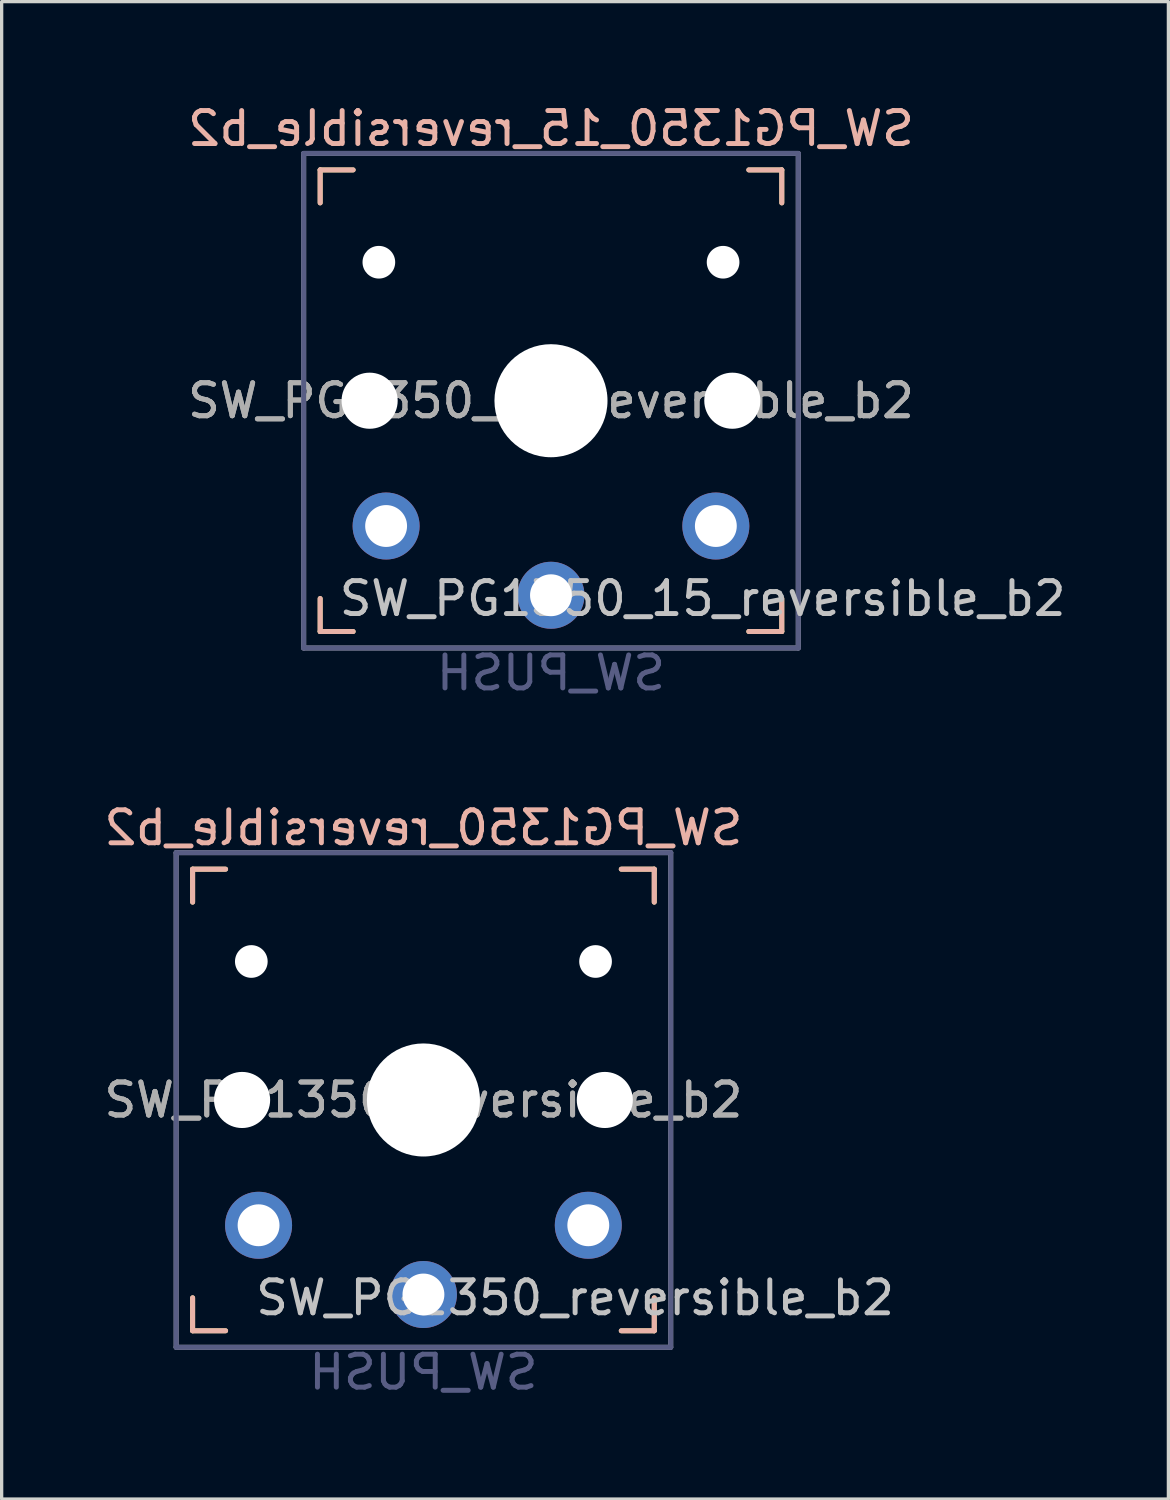
<source format=kicad_pcb>
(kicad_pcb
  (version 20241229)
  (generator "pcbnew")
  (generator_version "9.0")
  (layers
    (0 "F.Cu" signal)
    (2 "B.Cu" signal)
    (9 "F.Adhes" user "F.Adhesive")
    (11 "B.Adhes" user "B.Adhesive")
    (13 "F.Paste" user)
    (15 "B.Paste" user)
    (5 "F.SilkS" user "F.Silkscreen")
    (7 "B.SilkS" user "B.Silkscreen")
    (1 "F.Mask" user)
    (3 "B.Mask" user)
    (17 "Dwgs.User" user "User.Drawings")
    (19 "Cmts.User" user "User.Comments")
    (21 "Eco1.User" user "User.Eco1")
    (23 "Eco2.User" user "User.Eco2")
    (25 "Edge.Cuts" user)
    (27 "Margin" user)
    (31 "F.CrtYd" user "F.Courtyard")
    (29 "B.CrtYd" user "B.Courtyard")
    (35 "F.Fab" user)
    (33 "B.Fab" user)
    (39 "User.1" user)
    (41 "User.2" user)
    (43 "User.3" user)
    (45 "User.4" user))
  (footprint "SW_PG1350_15_reversible_b2"
    (layer "F.Cu")
    (at 13.66 9.103)
    (property "Reference" "SW_PG1350_15_reversible_b2" (at 4.6 6 0) (layer "Dwgs.User") (effects (font (size 1 1) (thickness 0.15))))
    (property "Value" "SW_PUSH" (at -0.5 6 0) (layer "Dwgs.User") (hide yes) (effects (font (size 1 1) (thickness 0.15))))
    (attr through_hole)
    (fp_line (start -7 -7) (end -6 -7) (stroke (width 0.15) (type solid)) (layer "F.SilkS"))
    (fp_line (start -7 -6) (end -7 -7) (stroke (width 0.15) (type solid)) (layer "F.SilkS"))
    (fp_line (start -7 7) (end -7 6) (stroke (width 0.15) (type solid)) (layer "F.SilkS"))
    (fp_line (start -6 7) (end -7 7) (stroke (width 0.15) (type solid)) (layer "F.SilkS"))
    (fp_line (start 6 -7) (end 7 -7) (stroke (width 0.15) (type solid)) (layer "F.SilkS"))
    (fp_line (start 7 -7) (end 7 -6) (stroke (width 0.15) (type solid)) (layer "F.SilkS"))
    (fp_line (start 7 6) (end 7 7) (stroke (width 0.15) (type solid)) (layer "F.SilkS"))
    (fp_line (start 7 7) (end 6 7) (stroke (width 0.15) (type solid)) (layer "F.SilkS"))
    (fp_line (start -7 -7) (end -6 -7) (stroke (width 0.15) (type solid)) (layer "B.SilkS"))
    (fp_line (start -7 -6) (end -7 -7) (stroke (width 0.15) (type solid)) (layer "B.SilkS"))
    (fp_line (start -7 7) (end -7 6) (stroke (width 0.15) (type solid)) (layer "B.SilkS"))
    (fp_line (start -6 7) (end -7 7) (stroke (width 0.15) (type solid)) (layer "B.SilkS"))
    (fp_line (start 6 -7) (end 7 -7) (stroke (width 0.15) (type solid)) (layer "B.SilkS"))
    (fp_line (start 7 -7) (end 7 -6) (stroke (width 0.15) (type solid)) (layer "B.SilkS"))
    (fp_line (start 7 6) (end 7 7) (stroke (width 0.15) (type solid)) (layer "B.SilkS"))
    (fp_line (start 7 7) (end 6 7) (stroke (width 0.15) (type solid)) (layer "B.SilkS"))
    (fp_line (start -13.6 -8.5) (end 13.4 -8.48) (stroke (width 0.12) (type solid)) (layer "Eco1.User"))
    (fp_line (start -13.6 8.53) (end -13.6 -8.5) (stroke (width 0.12) (type solid)) (layer "Eco1.User"))
    (fp_line (start -13.6 8.53) (end 13.39 8.54) (stroke (width 0.12) (type solid)) (layer "Eco1.User"))
    (fp_line (start 13.4 8.52) (end 13.4 -8.48) (stroke (width 0.12) (type solid)) (layer "Eco1.User"))
    (fp_line (start -6.9 6.9) (end -6.9 -6.9) (stroke (width 0.15) (type solid)) (layer "Eco2.User"))
    (fp_line (start -6.9 6.9) (end 6.9 6.9) (stroke (width 0.15) (type solid)) (layer "Eco2.User"))
    (fp_line (start -2.6 -3.1) (end -2.6 -6.3) (stroke (width 0.15) (type solid)) (layer "Eco2.User"))
    (fp_line (start -2.6 -3.1) (end 2.6 -3.1) (stroke (width 0.15) (type solid)) (layer "Eco2.User"))
    (fp_line (start 2.6 -6.3) (end -2.6 -6.3) (stroke (width 0.15) (type solid)) (layer "Eco2.User"))
    (fp_line (start 2.6 -3.1) (end 2.6 -6.3) (stroke (width 0.15) (type solid)) (layer "Eco2.User"))
    (fp_line (start 6.9 -6.9) (end -6.9 -6.9) (stroke (width 0.15) (type solid)) (layer "Eco2.User"))
    (fp_line (start 6.9 -6.9) (end 6.9 6.9) (stroke (width 0.15) (type solid)) (layer "Eco2.User"))
    (fp_line (start -7.5 -7.5) (end 7.5 -7.5) (stroke (width 0.15) (type solid)) (layer "B.Fab"))
    (fp_line (start -7.5 7.5) (end -7.5 -7.5) (stroke (width 0.15) (type solid)) (layer "B.Fab"))
    (fp_line (start 7.5 -7.5) (end 7.5 7.5) (stroke (width 0.15) (type solid)) (layer "B.Fab"))
    (fp_line (start 7.5 7.5) (end -7.5 7.5) (stroke (width 0.15) (type solid)) (layer "B.Fab"))
    (fp_line (start -7.5 -7.5) (end 7.5 -7.5) (stroke (width 0.15) (type solid)) (layer "F.Fab"))
    (fp_line (start -7.5 7.5) (end -7.5 -7.5) (stroke (width 0.15) (type solid)) (layer "F.Fab"))
    (fp_line (start 7.5 -7.5) (end 7.5 7.5) (stroke (width 0.15) (type solid)) (layer "F.Fab"))
    (fp_line (start 7.5 7.5) (end -7.5 7.5) (stroke (width 0.15) (type solid)) (layer "F.Fab"))
    (fp_text user "${REFERENCE}" (at 0 -8.255 0) (layer "B.SilkS") (effects (font (size 1 1) (thickness 0.15)) (justify mirror)))
    (fp_text user "${VALUE}" (at 0 8.255 0) (layer "B.Fab") (effects (font (size 1 1) (thickness 0.15)) (justify mirror)))
    (fp_text user "${REFERENCE}" (at 0 0 0) (layer "F.Fab") (effects (font (size 1 1) (thickness 0.15))))
    (fp_text user "${REFERENCE}" (at 0 0 0) (layer "F.Fab") (effects (font (size 1 1) (thickness 0.15))))
    (pad "" np_thru_hole circle (at -5.5 0) (size 1.702 1.702) (drill 1.702) (layers "*.Cu" "*.Mask"))
    (pad "" np_thru_hole circle (at -5.22 -4.2) (size 0.991 0.991) (drill 0.991) (layers "*.Cu" "*.Mask"))
    (pad "" np_thru_hole circle (at 0 0) (size 3.429 3.429) (drill 3.429) (layers "*.Cu" "*.Mask"))
    (pad "" np_thru_hole circle (at 5.22 -4.2) (size 0.991 0.991) (drill 0.991) (layers "*.Cu" "*.Mask"))
    (pad "" np_thru_hole circle (at 5.5 0) (size 1.702 1.702) (drill 1.702) (layers "*.Cu" "*.Mask"))
    (pad "1" thru_hole circle (at 0 5.9) (size 2.032 2.032) (drill 1.27) (layers "*.Cu" "*.Mask"))
    (pad "2" thru_hole circle (at -5 3.8) (size 2.032 2.032) (drill 1.27) (layers "*.Cu" "*.Mask"))
    (pad "2" thru_hole circle (at 5 3.8) (size 2.032 2.032) (drill 1.27) (layers "*.Cu" "*.Mask")))
  (footprint "SW_PG1350_reversible_b2"
    (layer "F.Cu")
    (at 9.792 30.31)
    (property "Reference" "SW_PG1350_reversible_b2" (at 4.6 6 0) (layer "Dwgs.User") (effects (font (size 1 1) (thickness 0.15))))
    (property "Value" "SW_PUSH" (at -0.5 6 0) (layer "Dwgs.User") (hide yes) (effects (font (size 1 1) (thickness 0.15))))
    (attr through_hole)
    (fp_line (start -7 -7) (end -6 -7) (stroke (width 0.15) (type solid)) (layer "F.SilkS"))
    (fp_line (start -7 -6) (end -7 -7) (stroke (width 0.15) (type solid)) (layer "F.SilkS"))
    (fp_line (start -7 7) (end -7 6) (stroke (width 0.15) (type solid)) (layer "F.SilkS"))
    (fp_line (start -6 7) (end -7 7) (stroke (width 0.15) (type solid)) (layer "F.SilkS"))
    (fp_line (start 6 -7) (end 7 -7) (stroke (width 0.15) (type solid)) (layer "F.SilkS"))
    (fp_line (start 7 -7) (end 7 -6) (stroke (width 0.15) (type solid)) (layer "F.SilkS"))
    (fp_line (start 7 6) (end 7 7) (stroke (width 0.15) (type solid)) (layer "F.SilkS"))
    (fp_line (start 7 7) (end 6 7) (stroke (width 0.15) (type solid)) (layer "F.SilkS"))
    (fp_line (start -7 -7) (end -6 -7) (stroke (width 0.15) (type solid)) (layer "B.SilkS"))
    (fp_line (start -7 -6) (end -7 -7) (stroke (width 0.15) (type solid)) (layer "B.SilkS"))
    (fp_line (start -7 7) (end -7 6) (stroke (width 0.15) (type solid)) (layer "B.SilkS"))
    (fp_line (start -6 7) (end -7 7) (stroke (width 0.15) (type solid)) (layer "B.SilkS"))
    (fp_line (start 6 -7) (end 7 -7) (stroke (width 0.15) (type solid)) (layer "B.SilkS"))
    (fp_line (start 7 -7) (end 7 -6) (stroke (width 0.15) (type solid)) (layer "B.SilkS"))
    (fp_line (start 7 6) (end 7 7) (stroke (width 0.15) (type solid)) (layer "B.SilkS"))
    (fp_line (start 7 7) (end 6 7) (stroke (width 0.15) (type solid)) (layer "B.SilkS"))
    (fp_line (start -9 -8.5) (end 9 -8.5) (stroke (width 0.12) (type solid)) (layer "Eco1.User"))
    (fp_line (start -9 8.5) (end -9 -8.5) (stroke (width 0.12) (type solid)) (layer "Eco1.User"))
    (fp_line (start -9 8.5) (end 9 8.5) (stroke (width 0.12) (type solid)) (layer "Eco1.User"))
    (fp_line (start 9 8.5) (end 9 -8.5) (stroke (width 0.12) (type solid)) (layer "Eco1.User"))
    (fp_line (start -6.9 6.9) (end -6.9 -6.9) (stroke (width 0.15) (type solid)) (layer "Eco2.User"))
    (fp_line (start -6.9 6.9) (end 6.9 6.9) (stroke (width 0.15) (type solid)) (layer "Eco2.User"))
    (fp_line (start -2.6 -3.1) (end -2.6 -6.3) (stroke (width 0.15) (type solid)) (layer "Eco2.User"))
    (fp_line (start -2.6 -3.1) (end 2.6 -3.1) (stroke (width 0.15) (type solid)) (layer "Eco2.User"))
    (fp_line (start 2.6 -6.3) (end -2.6 -6.3) (stroke (width 0.15) (type solid)) (layer "Eco2.User"))
    (fp_line (start 2.6 -3.1) (end 2.6 -6.3) (stroke (width 0.15) (type solid)) (layer "Eco2.User"))
    (fp_line (start 6.9 -6.9) (end -6.9 -6.9) (stroke (width 0.15) (type solid)) (layer "Eco2.User"))
    (fp_line (start 6.9 -6.9) (end 6.9 6.9) (stroke (width 0.15) (type solid)) (layer "Eco2.User"))
    (fp_line (start -7.5 -7.5) (end 7.5 -7.5) (stroke (width 0.15) (type solid)) (layer "B.Fab"))
    (fp_line (start -7.5 7.5) (end -7.5 -7.5) (stroke (width 0.15) (type solid)) (layer "B.Fab"))
    (fp_line (start 7.5 -7.5) (end 7.5 7.5) (stroke (width 0.15) (type solid)) (layer "B.Fab"))
    (fp_line (start 7.5 7.5) (end -7.5 7.5) (stroke (width 0.15) (type solid)) (layer "B.Fab"))
    (fp_line (start -7.5 -7.5) (end 7.5 -7.5) (stroke (width 0.15) (type solid)) (layer "F.Fab"))
    (fp_line (start -7.5 7.5) (end -7.5 -7.5) (stroke (width 0.15) (type solid)) (layer "F.Fab"))
    (fp_line (start 7.5 -7.5) (end 7.5 7.5) (stroke (width 0.15) (type solid)) (layer "F.Fab"))
    (fp_line (start 7.5 7.5) (end -7.5 7.5) (stroke (width 0.15) (type solid)) (layer "F.Fab"))
    (fp_text user "${REFERENCE}" (at 0 -8.255 0) (layer "B.SilkS") (effects (font (size 1 1) (thickness 0.15)) (justify mirror)))
    (fp_text user "${VALUE}" (at 0 8.255 0) (layer "B.Fab") (effects (font (size 1 1) (thickness 0.15)) (justify mirror)))
    (fp_text user "${REFERENCE}" (at 0 0 0) (layer "F.Fab") (effects (font (size 1 1) (thickness 0.15))))
    (fp_text user "${REFERENCE}" (at 0 0 0) (layer "F.Fab") (effects (font (size 1 1) (thickness 0.15))))
    (pad "" np_thru_hole circle (at -5.5 0) (size 1.702 1.702) (drill 1.702) (layers "*.Cu" "*.Mask"))
    (pad "" np_thru_hole circle (at -5.22 -4.2) (size 0.991 0.991) (drill 0.991) (layers "*.Cu" "*.Mask"))
    (pad "" np_thru_hole circle (at 0 0) (size 3.429 3.429) (drill 3.429) (layers "*.Cu" "*.Mask"))
    (pad "" np_thru_hole circle (at 5.22 -4.2) (size 0.991 0.991) (drill 0.991) (layers "*.Cu" "*.Mask"))
    (pad "" np_thru_hole circle (at 5.5 0) (size 1.702 1.702) (drill 1.702) (layers "*.Cu" "*.Mask"))
    (pad "1" thru_hole circle (at 0 5.9) (size 2.032 2.032) (drill 1.27) (layers "*.Cu" "*.Mask"))
    (pad "2" thru_hole circle (at -5 3.8) (size 2.032 2.032) (drill 1.27) (layers "*.Cu" "*.Mask"))
    (pad "2" thru_hole circle (at 5 3.8) (size 2.032 2.032) (drill 1.27) (layers "*.Cu" "*.Mask")))
  (gr_rect
    (start -3 -3)
    (end 32.385 42.413)
    (stroke (width 0.1) (type default))
    (fill no)
    (layer "Edge.Cuts")))
</source>
